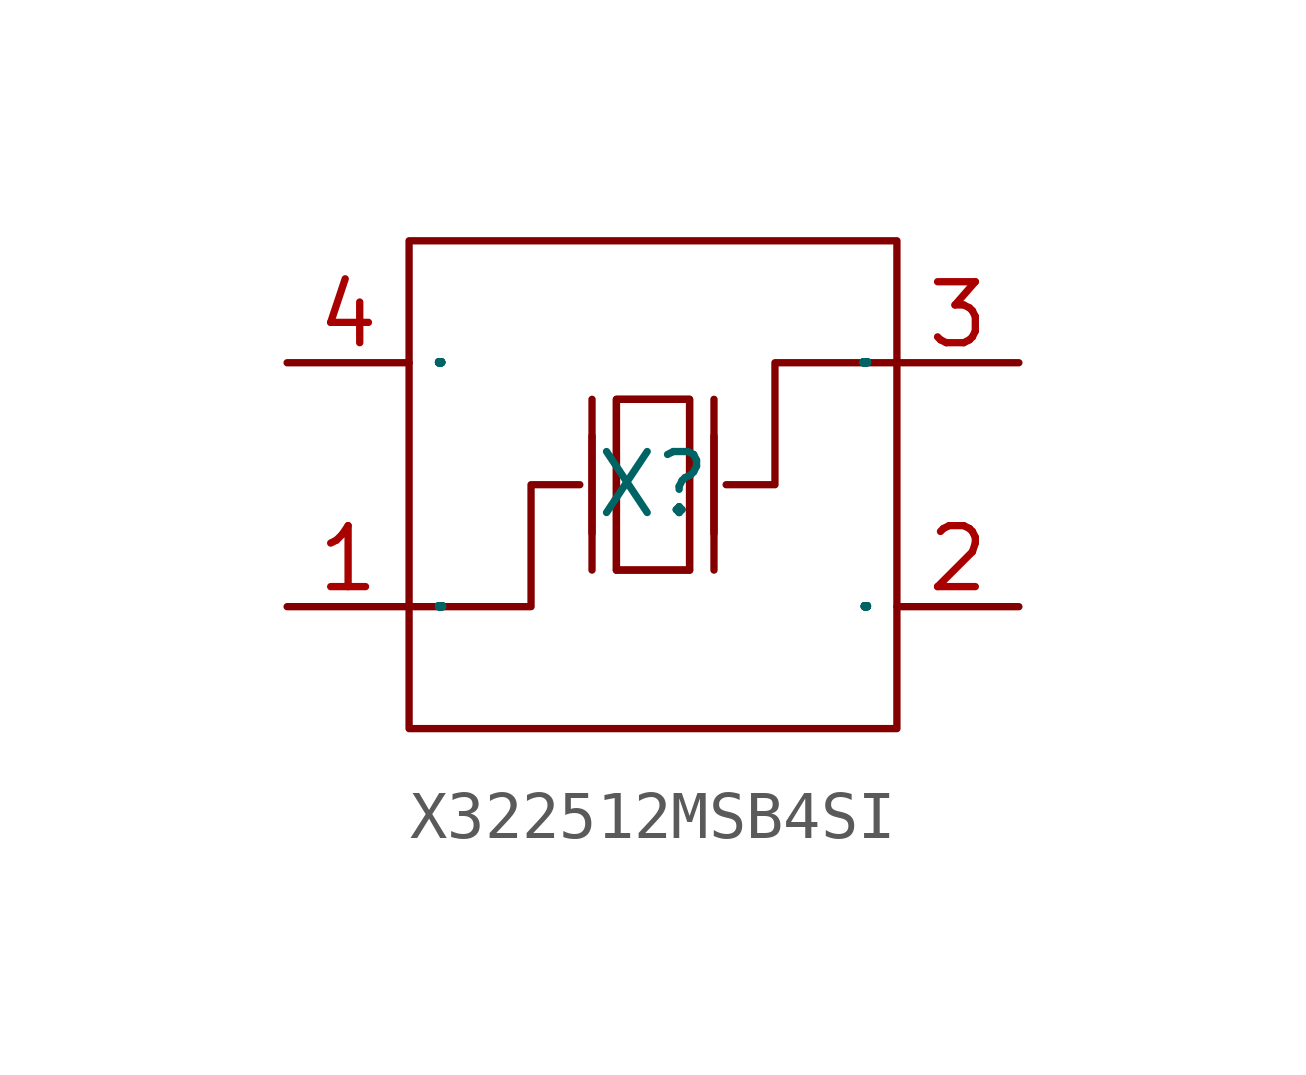
<source format=kicad_sym>
(kicad_symbol_lib
  (version 20241209)
  (generator "kicad_symbol_editor")
  (generator_version "9.0")
  (symbol "X322512MSB4SI"
    (property "Reference" "X"
      (at 0 0 0)
      (effects (font (size 1.27 1.27))))
    (symbol "X322512MSB4SI_1_0"
      (polyline (pts (xy -5.08 -2.54) (xy -2.54 -2.54) (xy -2.54 -2.54) (xy -2.54 0) (xy -2.54 0) (xy -1.524 0)) (stroke (width 0) (type default)) (fill (type none)))
      (rectangle (start -5.08 -5.08) (end 5.08 5.08) (stroke (width 0) (type default)) (fill (type none)))
      (polyline (pts (xy -1.27 -1.016) (xy -1.27 1.016)) (stroke (width 0) (type default)) (fill (type none)))
      (polyline (pts (xy -1.27 -1.778) (xy -1.27 1.778)) (stroke (width 0) (type default)) (fill (type none)))
      (polyline (pts (xy -0.762 -1.778) (xy -0.762 1.778) (xy -0.762 1.778) (xy 0.762 1.778) (xy 0.762 1.778) (xy 0.762 -1.778)) (stroke (width 0) (type default)) (fill (type none)))
      (polyline (pts (xy 0.762 1.778) (xy 0.762 -1.778) (xy 0.762 -1.778) (xy -0.762 -1.778) (xy -0.762 -1.778) (xy -0.762 1.778) (xy -0.762 1.778) (xy 0.762 1.778)) (stroke (width 0) (type default)) (fill (type none)))
      (polyline (pts (xy 0.762 -1.778) (xy -0.762 -1.778)) (stroke (width 0) (type default)) (fill (type none)))
      (polyline (pts (xy 1.27 -1.016) (xy 1.27 1.016)) (stroke (width 0) (type default)) (fill (type none)))
      (polyline (pts (xy 1.27 -1.778) (xy 1.27 1.778)) (stroke (width 0) (type default)) (fill (type none)))
      (polyline (pts (xy 5.08 2.54) (xy 2.54 2.54) (xy 2.54 2.54) (xy 2.54 0) (xy 2.54 0) (xy 1.524 0)) (stroke (width 0) (type default)) (fill (type none)))
      (pin unspecified line (at -7.62 2.54 0) (length 2.54) (name "GND" (effects (font (size 0.025 0.025)))) (number "4" (effects (font (size 1.27 1.27)))))
      (pin unspecified line (at -7.62 -2.54 0) (length 2.54) (name "OSC1" (effects (font (size 0.025 0.025)))) (number "1" (effects (font (size 1.27 1.27)))))
      (pin unspecified line (at 7.62 2.54 180) (length 2.54) (name "OSC2" (effects (font (size 0.025 0.025)))) (number "3" (effects (font (size 1.27 1.27)))))
      (pin unspecified line (at 7.62 -2.54 180) (length 2.54) (name "GND" (effects (font (size 0.025 0.025)))) (number "2" (effects (font (size 1.27 1.27))))))))
</source>
